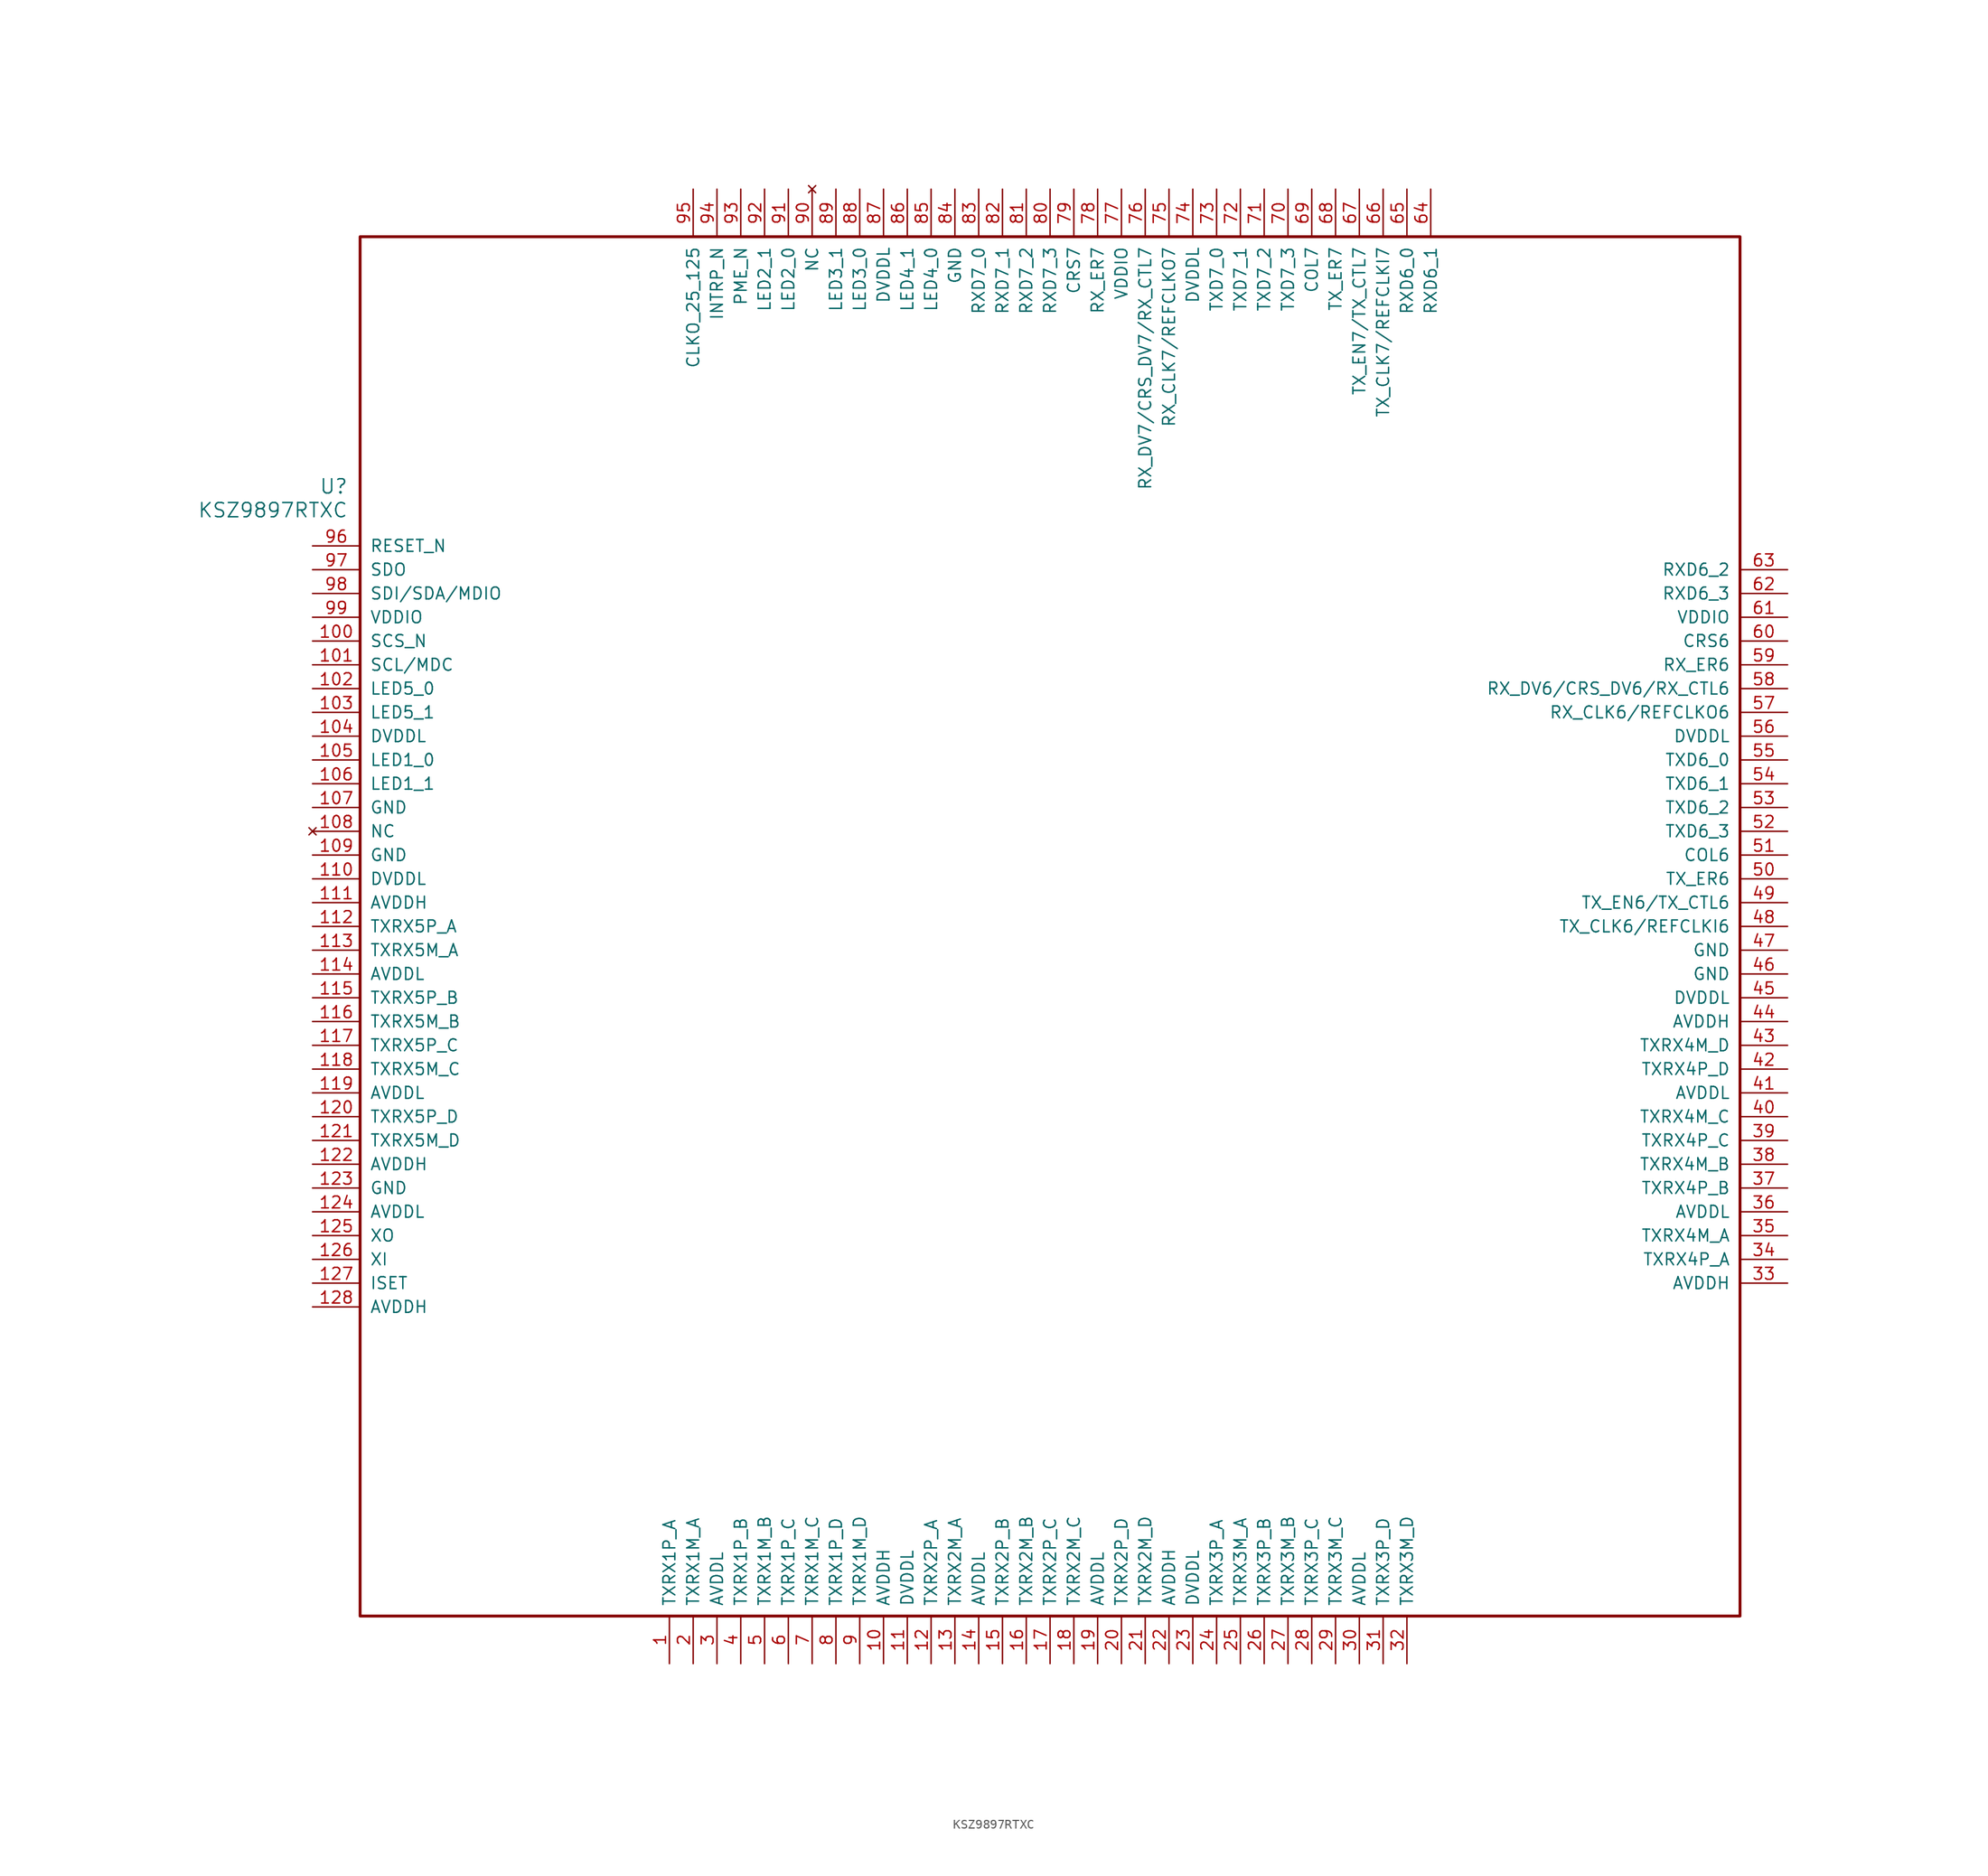
<source format=kicad_sym>
(kicad_symbol_lib
  (version 20211014)
  (generator kicad_symbol_editor)
  (symbol "KSZ9897RTXC"
    (pin_names
      (offset 1.016))
    (property "Reference" "U"
      (at 3.81 6.35 0)
      (effects (font (size 1.524 1.524)) (justify right)))
    (property "Value" "KSZ9897RTXC"
      (at 3.81 3.81 0)
      (effects (font (size 1.524 1.524)) (justify right)))
    (property "ki_locked" ""
      (at 0 0 0)
      (effects (font (size 1.27 1.27))))
    (symbol "KSZ9897RTXC_1_1"
      (rectangle (start 5.08 33.02) (end 152.4 -114.3) (stroke (width 0.305) (type default) (color 0 0 0 0)) (fill (type none)))
      (pin bidirectional line (at 38.1 -119.38 90) (length 5.08) (name "TXRX1P_A" (effects (font (size 1.27 1.27)))) (number "1" (effects (font (size 1.27 1.27)))))
      (pin power_in line (at 60.96 -119.38 90) (length 5.08) (name "AVDDH" (effects (font (size 1.27 1.27)))) (number "10" (effects (font (size 1.27 1.27)))))
      (pin bidirectional line (at 0 -10.16 0) (length 5.08) (name "SCS_N" (effects (font (size 1.27 1.27)))) (number "100" (effects (font (size 1.27 1.27)))))
      (pin bidirectional line (at 0 -12.7 0) (length 5.08) (name "SCL/MDC" (effects (font (size 1.27 1.27)))) (number "101" (effects (font (size 1.27 1.27)))))
      (pin bidirectional line (at 0 -15.24 0) (length 5.08) (name "LED5_0" (effects (font (size 1.27 1.27)))) (number "102" (effects (font (size 1.27 1.27)))))
      (pin bidirectional line (at 0 -17.78 0) (length 5.08) (name "LED5_1" (effects (font (size 1.27 1.27)))) (number "103" (effects (font (size 1.27 1.27)))))
      (pin power_in line (at 0 -20.32 0) (length 5.08) (name "DVDDL" (effects (font (size 1.27 1.27)))) (number "104" (effects (font (size 1.27 1.27)))))
      (pin bidirectional line (at 0 -22.86 0) (length 5.08) (name "LED1_0" (effects (font (size 1.27 1.27)))) (number "105" (effects (font (size 1.27 1.27)))))
      (pin bidirectional line (at 0 -25.4 0) (length 5.08) (name "LED1_1" (effects (font (size 1.27 1.27)))) (number "106" (effects (font (size 1.27 1.27)))))
      (pin power_in line (at 0 -27.94 0) (length 5.08) (name "GND" (effects (font (size 1.27 1.27)))) (number "107" (effects (font (size 1.27 1.27)))))
      (pin no_connect line (at 0 -30.48 0) (length 5.08) (name "NC" (effects (font (size 1.27 1.27)))) (number "108" (effects (font (size 1.27 1.27)))))
      (pin power_in line (at 0 -33.02 0) (length 5.08) (name "GND" (effects (font (size 1.27 1.27)))) (number "109" (effects (font (size 1.27 1.27)))))
      (pin power_in line (at 63.5 -119.38 90) (length 5.08) (name "DVDDL" (effects (font (size 1.27 1.27)))) (number "11" (effects (font (size 1.27 1.27)))))
      (pin power_in line (at 0 -35.56 0) (length 5.08) (name "DVDDL" (effects (font (size 1.27 1.27)))) (number "110" (effects (font (size 1.27 1.27)))))
      (pin power_in line (at 0 -38.1 0) (length 5.08) (name "AVDDH" (effects (font (size 1.27 1.27)))) (number "111" (effects (font (size 1.27 1.27)))))
      (pin bidirectional line (at 0 -40.64 0) (length 5.08) (name "TXRX5P_A" (effects (font (size 1.27 1.27)))) (number "112" (effects (font (size 1.27 1.27)))))
      (pin bidirectional line (at 0 -43.18 0) (length 5.08) (name "TXRX5M_A" (effects (font (size 1.27 1.27)))) (number "113" (effects (font (size 1.27 1.27)))))
      (pin power_in line (at 0 -45.72 0) (length 5.08) (name "AVDDL" (effects (font (size 1.27 1.27)))) (number "114" (effects (font (size 1.27 1.27)))))
      (pin bidirectional line (at 0 -48.26 0) (length 5.08) (name "TXRX5P_B" (effects (font (size 1.27 1.27)))) (number "115" (effects (font (size 1.27 1.27)))))
      (pin bidirectional line (at 0 -50.8 0) (length 5.08) (name "TXRX5M_B" (effects (font (size 1.27 1.27)))) (number "116" (effects (font (size 1.27 1.27)))))
      (pin bidirectional line (at 0 -53.34 0) (length 5.08) (name "TXRX5P_C" (effects (font (size 1.27 1.27)))) (number "117" (effects (font (size 1.27 1.27)))))
      (pin bidirectional line (at 0 -55.88 0) (length 5.08) (name "TXRX5M_C" (effects (font (size 1.27 1.27)))) (number "118" (effects (font (size 1.27 1.27)))))
      (pin power_in line (at 0 -58.42 0) (length 5.08) (name "AVDDL" (effects (font (size 1.27 1.27)))) (number "119" (effects (font (size 1.27 1.27)))))
      (pin bidirectional line (at 66.04 -119.38 90) (length 5.08) (name "TXRX2P_A" (effects (font (size 1.27 1.27)))) (number "12" (effects (font (size 1.27 1.27)))))
      (pin bidirectional line (at 0 -60.96 0) (length 5.08) (name "TXRX5P_D" (effects (font (size 1.27 1.27)))) (number "120" (effects (font (size 1.27 1.27)))))
      (pin bidirectional line (at 0 -63.5 0) (length 5.08) (name "TXRX5M_D" (effects (font (size 1.27 1.27)))) (number "121" (effects (font (size 1.27 1.27)))))
      (pin power_in line (at 0 -66.04 0) (length 5.08) (name "AVDDH" (effects (font (size 1.27 1.27)))) (number "122" (effects (font (size 1.27 1.27)))))
      (pin power_in line (at 0 -68.58 0) (length 5.08) (name "GND" (effects (font (size 1.27 1.27)))) (number "123" (effects (font (size 1.27 1.27)))))
      (pin power_in line (at 0 -71.12 0) (length 5.08) (name "AVDDL" (effects (font (size 1.27 1.27)))) (number "124" (effects (font (size 1.27 1.27)))))
      (pin bidirectional line (at 0 -73.66 0) (length 5.08) (name "XO" (effects (font (size 1.27 1.27)))) (number "125" (effects (font (size 1.27 1.27)))))
      (pin bidirectional line (at 0 -76.2 0) (length 5.08) (name "XI" (effects (font (size 1.27 1.27)))) (number "126" (effects (font (size 1.27 1.27)))))
      (pin bidirectional line (at 0 -78.74 0) (length 5.08) (name "ISET" (effects (font (size 1.27 1.27)))) (number "127" (effects (font (size 1.27 1.27)))))
      (pin power_in line (at 0 -81.28 0) (length 5.08) (name "AVDDH" (effects (font (size 1.27 1.27)))) (number "128" (effects (font (size 1.27 1.27)))))
      (pin bidirectional line (at 68.58 -119.38 90) (length 5.08) (name "TXRX2M_A" (effects (font (size 1.27 1.27)))) (number "13" (effects (font (size 1.27 1.27)))))
      (pin power_in line (at 71.12 -119.38 90) (length 5.08) (name "AVDDL" (effects (font (size 1.27 1.27)))) (number "14" (effects (font (size 1.27 1.27)))))
      (pin bidirectional line (at 73.66 -119.38 90) (length 5.08) (name "TXRX2P_B" (effects (font (size 1.27 1.27)))) (number "15" (effects (font (size 1.27 1.27)))))
      (pin bidirectional line (at 76.2 -119.38 90) (length 5.08) (name "TXRX2M_B" (effects (font (size 1.27 1.27)))) (number "16" (effects (font (size 1.27 1.27)))))
      (pin bidirectional line (at 78.74 -119.38 90) (length 5.08) (name "TXRX2P_C" (effects (font (size 1.27 1.27)))) (number "17" (effects (font (size 1.27 1.27)))))
      (pin bidirectional line (at 81.28 -119.38 90) (length 5.08) (name "TXRX2M_C" (effects (font (size 1.27 1.27)))) (number "18" (effects (font (size 1.27 1.27)))))
      (pin power_in line (at 83.82 -119.38 90) (length 5.08) (name "AVDDL" (effects (font (size 1.27 1.27)))) (number "19" (effects (font (size 1.27 1.27)))))
      (pin bidirectional line (at 40.64 -119.38 90) (length 5.08) (name "TXRX1M_A" (effects (font (size 1.27 1.27)))) (number "2" (effects (font (size 1.27 1.27)))))
      (pin bidirectional line (at 86.36 -119.38 90) (length 5.08) (name "TXRX2P_D" (effects (font (size 1.27 1.27)))) (number "20" (effects (font (size 1.27 1.27)))))
      (pin bidirectional line (at 88.9 -119.38 90) (length 5.08) (name "TXRX2M_D" (effects (font (size 1.27 1.27)))) (number "21" (effects (font (size 1.27 1.27)))))
      (pin power_in line (at 91.44 -119.38 90) (length 5.08) (name "AVDDH" (effects (font (size 1.27 1.27)))) (number "22" (effects (font (size 1.27 1.27)))))
      (pin power_in line (at 93.98 -119.38 90) (length 5.08) (name "DVDDL" (effects (font (size 1.27 1.27)))) (number "23" (effects (font (size 1.27 1.27)))))
      (pin bidirectional line (at 96.52 -119.38 90) (length 5.08) (name "TXRX3P_A" (effects (font (size 1.27 1.27)))) (number "24" (effects (font (size 1.27 1.27)))))
      (pin bidirectional line (at 99.06 -119.38 90) (length 5.08) (name "TXRX3M_A" (effects (font (size 1.27 1.27)))) (number "25" (effects (font (size 1.27 1.27)))))
      (pin bidirectional line (at 101.6 -119.38 90) (length 5.08) (name "TXRX3P_B" (effects (font (size 1.27 1.27)))) (number "26" (effects (font (size 1.27 1.27)))))
      (pin bidirectional line (at 104.14 -119.38 90) (length 5.08) (name "TXRX3M_B" (effects (font (size 1.27 1.27)))) (number "27" (effects (font (size 1.27 1.27)))))
      (pin bidirectional line (at 106.68 -119.38 90) (length 5.08) (name "TXRX3P_C" (effects (font (size 1.27 1.27)))) (number "28" (effects (font (size 1.27 1.27)))))
      (pin bidirectional line (at 109.22 -119.38 90) (length 5.08) (name "TXRX3M_C" (effects (font (size 1.27 1.27)))) (number "29" (effects (font (size 1.27 1.27)))))
      (pin power_in line (at 43.18 -119.38 90) (length 5.08) (name "AVDDL" (effects (font (size 1.27 1.27)))) (number "3" (effects (font (size 1.27 1.27)))))
      (pin power_in line (at 111.76 -119.38 90) (length 5.08) (name "AVDDL" (effects (font (size 1.27 1.27)))) (number "30" (effects (font (size 1.27 1.27)))))
      (pin bidirectional line (at 114.3 -119.38 90) (length 5.08) (name "TXRX3P_D" (effects (font (size 1.27 1.27)))) (number "31" (effects (font (size 1.27 1.27)))))
      (pin bidirectional line (at 116.84 -119.38 90) (length 5.08) (name "TXRX3M_D" (effects (font (size 1.27 1.27)))) (number "32" (effects (font (size 1.27 1.27)))))
      (pin power_in line (at 157.48 -78.74 180) (length 5.08) (name "AVDDH" (effects (font (size 1.27 1.27)))) (number "33" (effects (font (size 1.27 1.27)))))
      (pin bidirectional line (at 157.48 -76.2 180) (length 5.08) (name "TXRX4P_A" (effects (font (size 1.27 1.27)))) (number "34" (effects (font (size 1.27 1.27)))))
      (pin bidirectional line (at 157.48 -73.66 180) (length 5.08) (name "TXRX4M_A" (effects (font (size 1.27 1.27)))) (number "35" (effects (font (size 1.27 1.27)))))
      (pin power_in line (at 157.48 -71.12 180) (length 5.08) (name "AVDDL" (effects (font (size 1.27 1.27)))) (number "36" (effects (font (size 1.27 1.27)))))
      (pin bidirectional line (at 157.48 -68.58 180) (length 5.08) (name "TXRX4P_B" (effects (font (size 1.27 1.27)))) (number "37" (effects (font (size 1.27 1.27)))))
      (pin bidirectional line (at 157.48 -66.04 180) (length 5.08) (name "TXRX4M_B" (effects (font (size 1.27 1.27)))) (number "38" (effects (font (size 1.27 1.27)))))
      (pin bidirectional line (at 157.48 -63.5 180) (length 5.08) (name "TXRX4P_C" (effects (font (size 1.27 1.27)))) (number "39" (effects (font (size 1.27 1.27)))))
      (pin bidirectional line (at 45.72 -119.38 90) (length 5.08) (name "TXRX1P_B" (effects (font (size 1.27 1.27)))) (number "4" (effects (font (size 1.27 1.27)))))
      (pin bidirectional line (at 157.48 -60.96 180) (length 5.08) (name "TXRX4M_C" (effects (font (size 1.27 1.27)))) (number "40" (effects (font (size 1.27 1.27)))))
      (pin power_in line (at 157.48 -58.42 180) (length 5.08) (name "AVDDL" (effects (font (size 1.27 1.27)))) (number "41" (effects (font (size 1.27 1.27)))))
      (pin bidirectional line (at 157.48 -55.88 180) (length 5.08) (name "TXRX4P_D" (effects (font (size 1.27 1.27)))) (number "42" (effects (font (size 1.27 1.27)))))
      (pin bidirectional line (at 157.48 -53.34 180) (length 5.08) (name "TXRX4M_D" (effects (font (size 1.27 1.27)))) (number "43" (effects (font (size 1.27 1.27)))))
      (pin power_in line (at 157.48 -50.8 180) (length 5.08) (name "AVDDH" (effects (font (size 1.27 1.27)))) (number "44" (effects (font (size 1.27 1.27)))))
      (pin power_in line (at 157.48 -48.26 180) (length 5.08) (name "DVDDL" (effects (font (size 1.27 1.27)))) (number "45" (effects (font (size 1.27 1.27)))))
      (pin power_in line (at 157.48 -45.72 180) (length 5.08) (name "GND" (effects (font (size 1.27 1.27)))) (number "46" (effects (font (size 1.27 1.27)))))
      (pin power_in line (at 157.48 -43.18 180) (length 5.08) (name "GND" (effects (font (size 1.27 1.27)))) (number "47" (effects (font (size 1.27 1.27)))))
      (pin bidirectional line (at 157.48 -40.64 180) (length 5.08) (name "TX_CLK6/REFCLKI6" (effects (font (size 1.27 1.27)))) (number "48" (effects (font (size 1.27 1.27)))))
      (pin bidirectional line (at 157.48 -38.1 180) (length 5.08) (name "TX_EN6/TX_CTL6" (effects (font (size 1.27 1.27)))) (number "49" (effects (font (size 1.27 1.27)))))
      (pin bidirectional line (at 48.26 -119.38 90) (length 5.08) (name "TXRX1M_B" (effects (font (size 1.27 1.27)))) (number "5" (effects (font (size 1.27 1.27)))))
      (pin bidirectional line (at 157.48 -35.56 180) (length 5.08) (name "TX_ER6" (effects (font (size 1.27 1.27)))) (number "50" (effects (font (size 1.27 1.27)))))
      (pin bidirectional line (at 157.48 -33.02 180) (length 5.08) (name "COL6" (effects (font (size 1.27 1.27)))) (number "51" (effects (font (size 1.27 1.27)))))
      (pin bidirectional line (at 157.48 -30.48 180) (length 5.08) (name "TXD6_3" (effects (font (size 1.27 1.27)))) (number "52" (effects (font (size 1.27 1.27)))))
      (pin bidirectional line (at 157.48 -27.94 180) (length 5.08) (name "TXD6_2" (effects (font (size 1.27 1.27)))) (number "53" (effects (font (size 1.27 1.27)))))
      (pin bidirectional line (at 157.48 -25.4 180) (length 5.08) (name "TXD6_1" (effects (font (size 1.27 1.27)))) (number "54" (effects (font (size 1.27 1.27)))))
      (pin bidirectional line (at 157.48 -22.86 180) (length 5.08) (name "TXD6_0" (effects (font (size 1.27 1.27)))) (number "55" (effects (font (size 1.27 1.27)))))
      (pin power_in line (at 157.48 -20.32 180) (length 5.08) (name "DVDDL" (effects (font (size 1.27 1.27)))) (number "56" (effects (font (size 1.27 1.27)))))
      (pin bidirectional line (at 157.48 -17.78 180) (length 5.08) (name "RX_CLK6/REFCLKO6" (effects (font (size 1.27 1.27)))) (number "57" (effects (font (size 1.27 1.27)))))
      (pin bidirectional line (at 157.48 -15.24 180) (length 5.08) (name "RX_DV6/CRS_DV6/RX_CTL6" (effects (font (size 1.27 1.27)))) (number "58" (effects (font (size 1.27 1.27)))))
      (pin bidirectional line (at 157.48 -12.7 180) (length 5.08) (name "RX_ER6" (effects (font (size 1.27 1.27)))) (number "59" (effects (font (size 1.27 1.27)))))
      (pin bidirectional line (at 50.8 -119.38 90) (length 5.08) (name "TXRX1P_C" (effects (font (size 1.27 1.27)))) (number "6" (effects (font (size 1.27 1.27)))))
      (pin bidirectional line (at 157.48 -10.16 180) (length 5.08) (name "CRS6" (effects (font (size 1.27 1.27)))) (number "60" (effects (font (size 1.27 1.27)))))
      (pin power_in line (at 157.48 -7.62 180) (length 5.08) (name "VDDIO" (effects (font (size 1.27 1.27)))) (number "61" (effects (font (size 1.27 1.27)))))
      (pin bidirectional line (at 157.48 -5.08 180) (length 5.08) (name "RXD6_3" (effects (font (size 1.27 1.27)))) (number "62" (effects (font (size 1.27 1.27)))))
      (pin bidirectional line (at 157.48 -2.54 180) (length 5.08) (name "RXD6_2" (effects (font (size 1.27 1.27)))) (number "63" (effects (font (size 1.27 1.27)))))
      (pin bidirectional line (at 119.38 38.1 270) (length 5.08) (name "RXD6_1" (effects (font (size 1.27 1.27)))) (number "64" (effects (font (size 1.27 1.27)))))
      (pin bidirectional line (at 116.84 38.1 270) (length 5.08) (name "RXD6_0" (effects (font (size 1.27 1.27)))) (number "65" (effects (font (size 1.27 1.27)))))
      (pin bidirectional line (at 114.3 38.1 270) (length 5.08) (name "TX_CLK7/REFCLKI7" (effects (font (size 1.27 1.27)))) (number "66" (effects (font (size 1.27 1.27)))))
      (pin bidirectional line (at 111.76 38.1 270) (length 5.08) (name "TX_EN7/TX_CTL7" (effects (font (size 1.27 1.27)))) (number "67" (effects (font (size 1.27 1.27)))))
      (pin bidirectional line (at 109.22 38.1 270) (length 5.08) (name "TX_ER7" (effects (font (size 1.27 1.27)))) (number "68" (effects (font (size 1.27 1.27)))))
      (pin bidirectional line (at 106.68 38.1 270) (length 5.08) (name "COL7" (effects (font (size 1.27 1.27)))) (number "69" (effects (font (size 1.27 1.27)))))
      (pin bidirectional line (at 53.34 -119.38 90) (length 5.08) (name "TXRX1M_C" (effects (font (size 1.27 1.27)))) (number "7" (effects (font (size 1.27 1.27)))))
      (pin bidirectional line (at 104.14 38.1 270) (length 5.08) (name "TXD7_3" (effects (font (size 1.27 1.27)))) (number "70" (effects (font (size 1.27 1.27)))))
      (pin bidirectional line (at 101.6 38.1 270) (length 5.08) (name "TXD7_2" (effects (font (size 1.27 1.27)))) (number "71" (effects (font (size 1.27 1.27)))))
      (pin bidirectional line (at 99.06 38.1 270) (length 5.08) (name "TXD7_1" (effects (font (size 1.27 1.27)))) (number "72" (effects (font (size 1.27 1.27)))))
      (pin bidirectional line (at 96.52 38.1 270) (length 5.08) (name "TXD7_0" (effects (font (size 1.27 1.27)))) (number "73" (effects (font (size 1.27 1.27)))))
      (pin power_in line (at 93.98 38.1 270) (length 5.08) (name "DVDDL" (effects (font (size 1.27 1.27)))) (number "74" (effects (font (size 1.27 1.27)))))
      (pin bidirectional line (at 91.44 38.1 270) (length 5.08) (name "RX_CLK7/REFCLKO7" (effects (font (size 1.27 1.27)))) (number "75" (effects (font (size 1.27 1.27)))))
      (pin bidirectional line (at 88.9 38.1 270) (length 5.08) (name "RX_DV7/CRS_DV7/RX_CTL7" (effects (font (size 1.27 1.27)))) (number "76" (effects (font (size 1.27 1.27)))))
      (pin power_in line (at 86.36 38.1 270) (length 5.08) (name "VDDIO" (effects (font (size 1.27 1.27)))) (number "77" (effects (font (size 1.27 1.27)))))
      (pin bidirectional line (at 83.82 38.1 270) (length 5.08) (name "RX_ER7" (effects (font (size 1.27 1.27)))) (number "78" (effects (font (size 1.27 1.27)))))
      (pin bidirectional line (at 81.28 38.1 270) (length 5.08) (name "CRS7" (effects (font (size 1.27 1.27)))) (number "79" (effects (font (size 1.27 1.27)))))
      (pin bidirectional line (at 55.88 -119.38 90) (length 5.08) (name "TXRX1P_D" (effects (font (size 1.27 1.27)))) (number "8" (effects (font (size 1.27 1.27)))))
      (pin bidirectional line (at 78.74 38.1 270) (length 5.08) (name "RXD7_3" (effects (font (size 1.27 1.27)))) (number "80" (effects (font (size 1.27 1.27)))))
      (pin bidirectional line (at 76.2 38.1 270) (length 5.08) (name "RXD7_2" (effects (font (size 1.27 1.27)))) (number "81" (effects (font (size 1.27 1.27)))))
      (pin bidirectional line (at 73.66 38.1 270) (length 5.08) (name "RXD7_1" (effects (font (size 1.27 1.27)))) (number "82" (effects (font (size 1.27 1.27)))))
      (pin bidirectional line (at 71.12 38.1 270) (length 5.08) (name "RXD7_0" (effects (font (size 1.27 1.27)))) (number "83" (effects (font (size 1.27 1.27)))))
      (pin power_in line (at 68.58 38.1 270) (length 5.08) (name "GND" (effects (font (size 1.27 1.27)))) (number "84" (effects (font (size 1.27 1.27)))))
      (pin bidirectional line (at 66.04 38.1 270) (length 5.08) (name "LED4_0" (effects (font (size 1.27 1.27)))) (number "85" (effects (font (size 1.27 1.27)))))
      (pin bidirectional line (at 63.5 38.1 270) (length 5.08) (name "LED4_1" (effects (font (size 1.27 1.27)))) (number "86" (effects (font (size 1.27 1.27)))))
      (pin power_in line (at 60.96 38.1 270) (length 5.08) (name "DVDDL" (effects (font (size 1.27 1.27)))) (number "87" (effects (font (size 1.27 1.27)))))
      (pin bidirectional line (at 58.42 38.1 270) (length 5.08) (name "LED3_0" (effects (font (size 1.27 1.27)))) (number "88" (effects (font (size 1.27 1.27)))))
      (pin bidirectional line (at 55.88 38.1 270) (length 5.08) (name "LED3_1" (effects (font (size 1.27 1.27)))) (number "89" (effects (font (size 1.27 1.27)))))
      (pin bidirectional line (at 58.42 -119.38 90) (length 5.08) (name "TXRX1M_D" (effects (font (size 1.27 1.27)))) (number "9" (effects (font (size 1.27 1.27)))))
      (pin no_connect line (at 53.34 38.1 270) (length 5.08) (name "NC" (effects (font (size 1.27 1.27)))) (number "90" (effects (font (size 1.27 1.27)))))
      (pin bidirectional line (at 50.8 38.1 270) (length 5.08) (name "LED2_0" (effects (font (size 1.27 1.27)))) (number "91" (effects (font (size 1.27 1.27)))))
      (pin bidirectional line (at 48.26 38.1 270) (length 5.08) (name "LED2_1" (effects (font (size 1.27 1.27)))) (number "92" (effects (font (size 1.27 1.27)))))
      (pin bidirectional line (at 45.72 38.1 270) (length 5.08) (name "PME_N" (effects (font (size 1.27 1.27)))) (number "93" (effects (font (size 1.27 1.27)))))
      (pin bidirectional line (at 43.18 38.1 270) (length 5.08) (name "INTRP_N" (effects (font (size 1.27 1.27)))) (number "94" (effects (font (size 1.27 1.27)))))
      (pin bidirectional line (at 40.64 38.1 270) (length 5.08) (name "CLKO_25_125" (effects (font (size 1.27 1.27)))) (number "95" (effects (font (size 1.27 1.27)))))
      (pin bidirectional line (at 0 0 0) (length 5.08) (name "RESET_N" (effects (font (size 1.27 1.27)))) (number "96" (effects (font (size 1.27 1.27)))))
      (pin bidirectional line (at 0 -2.54 0) (length 5.08) (name "SDO" (effects (font (size 1.27 1.27)))) (number "97" (effects (font (size 1.27 1.27)))))
      (pin bidirectional line (at 0 -5.08 0) (length 5.08) (name "SDI/SDA/MDIO" (effects (font (size 1.27 1.27)))) (number "98" (effects (font (size 1.27 1.27)))))
      (pin power_in line (at 0 -7.62 0) (length 5.08) (name "VDDIO" (effects (font (size 1.27 1.27)))) (number "99" (effects (font (size 1.27 1.27))))))))
</source>
